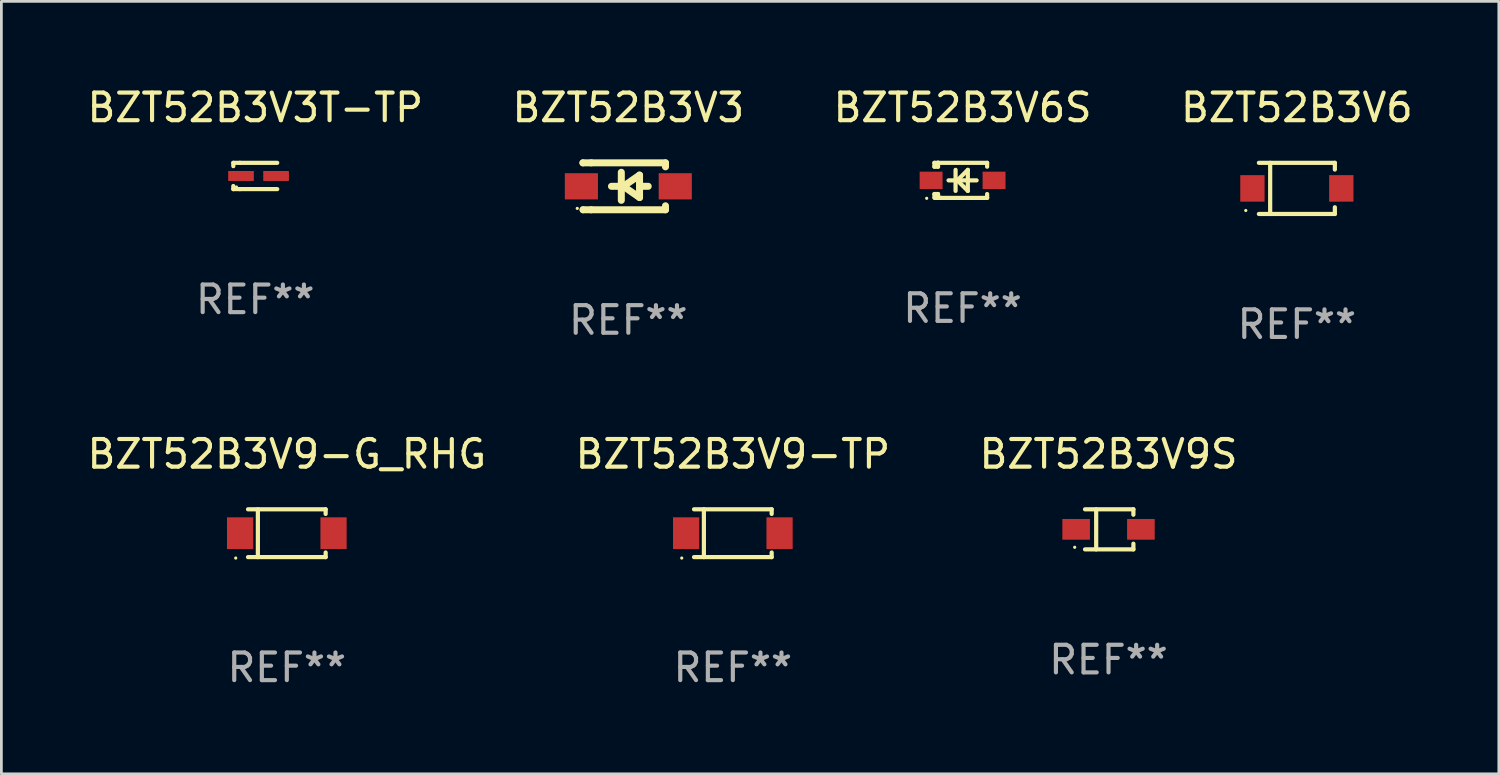
<source format=kicad_pcb>
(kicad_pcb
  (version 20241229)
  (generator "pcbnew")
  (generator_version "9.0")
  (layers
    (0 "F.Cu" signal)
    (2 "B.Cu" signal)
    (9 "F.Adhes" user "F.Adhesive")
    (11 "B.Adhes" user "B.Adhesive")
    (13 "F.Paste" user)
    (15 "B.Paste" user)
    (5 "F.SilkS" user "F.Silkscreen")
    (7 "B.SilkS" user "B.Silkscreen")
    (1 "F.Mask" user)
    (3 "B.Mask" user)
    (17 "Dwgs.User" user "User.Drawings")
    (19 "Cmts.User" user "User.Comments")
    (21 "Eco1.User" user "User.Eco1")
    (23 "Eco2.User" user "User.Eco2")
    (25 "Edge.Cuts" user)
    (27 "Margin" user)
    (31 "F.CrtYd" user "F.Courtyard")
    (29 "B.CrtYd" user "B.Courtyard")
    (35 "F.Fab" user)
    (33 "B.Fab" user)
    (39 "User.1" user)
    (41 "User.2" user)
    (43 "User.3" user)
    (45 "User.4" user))
  (footprint "BZT52B3V6"
    (layer "F.Cu")
    (at 43.923 3.774)
    (property "Reference" "BZT52B3V6" (at 0 -2.926 0) (layer "F.SilkS") (effects (font (size 1 1) (thickness 0.15))))
    (attr through_hole)
    (fp_line (start -1.376 -0.926) (end 1.376 -0.926) (stroke (width 0.152) (type solid)) (layer "F.SilkS"))
    (fp_line (start -1.376 0.926) (end 1.376 0.926) (stroke (width 0.152) (type solid)) (layer "F.SilkS"))
    (fp_line (start -0.967 -0.926) (end -0.967 0.926) (stroke (width 0.152) (type solid)) (layer "F.SilkS"))
    (fp_line (start 1.376 -0.926) (end 1.376 -0.683) (stroke (width 0.152) (type solid)) (layer "F.SilkS"))
    (fp_line (start 1.376 0.926) (end 1.376 0.683) (stroke (width 0.152) (type solid)) (layer "F.SilkS"))
    (fp_circle (center -1.85 0.8) (end -1.82 0.8) (stroke (width 0.06) (type solid)) (fill no) (layer "F.SilkS"))
    (fp_text user "REF**" (at 0 4.926 0) (layer "F.Fab") (effects (font (size 1 1) (thickness 0.15))))
    (pad "1" smd rect (at -1.61 0) (size 0.88 0.96) (layers "F.Cu" "F.Mask" "F.Paste"))
    (pad "2" smd rect (at 1.61 0) (size 0.88 0.96) (layers "F.Cu" "F.Mask" "F.Paste")))
  (footprint "BZT52B3V6S"
    (layer "F.Cu")
    (at 31.815 3.483)
    (property "Reference" "BZT52B3V6S" (at 0 -2.635 0) (layer "F.SilkS") (effects (font (size 1 1) (thickness 0.15))))
    (attr through_hole)
    (fp_line (start -1.02 -0.635) (end -1.02 -0.495) (stroke (width 0.152) (type solid)) (layer "F.SilkS"))
    (fp_line (start -1.02 -0.495) (end -0.889 -0.495) (stroke (width 0.152) (type solid)) (layer "F.SilkS"))
    (fp_line (start -1.02 0.495) (end -1.02 0.62) (stroke (width 0.152) (type solid)) (layer "F.SilkS"))
    (fp_line (start -1.02 0.495) (end -0.889 0.495) (stroke (width 0.152) (type solid)) (layer "F.SilkS"))
    (fp_line (start -0.889 -0.635) (end -1.02 -0.635) (stroke (width 0.152) (type solid)) (layer "F.SilkS"))
    (fp_line (start -0.889 -0.635) (end -0.889 -0.595) (stroke (width 0.152) (type solid)) (layer "F.SilkS"))
    (fp_line (start -0.889 -0.635) (end 0.889 -0.635) (stroke (width 0.152) (type solid)) (layer "F.SilkS"))
    (fp_line (start -0.889 -0.495) (end -0.889 -0.635) (stroke (width 0.152) (type solid)) (layer "F.SilkS"))
    (fp_line (start -0.889 0.595) (end -0.889 0.495) (stroke (width 0.152) (type solid)) (layer "F.SilkS"))
    (fp_line (start -0.889 0.595) (end -0.889 0.635) (stroke (width 0.152) (type solid)) (layer "F.SilkS"))
    (fp_line (start -0.889 0.635) (end 0.889 0.635) (stroke (width 0.152) (type solid)) (layer "F.SilkS"))
    (fp_line (start -0.776 0.635) (end -1.014 0.635) (stroke (width 0.152) (type solid)) (layer "F.SilkS"))
    (fp_line (start -0.254 -0.381) (end -0.254 0.381) (stroke (width 0.152) (type solid)) (layer "F.SilkS"))
    (fp_line (start -0.191 0) (end 0.19 -0.381) (stroke (width 0.152) (type solid)) (layer "F.SilkS"))
    (fp_line (start 0.19 -0.381) (end 0.19 0.381) (stroke (width 0.152) (type solid)) (layer "F.SilkS"))
    (fp_line (start 0.19 0.381) (end -0.191 0) (stroke (width 0.152) (type solid)) (layer "F.SilkS"))
    (fp_line (start 0.508 0) (end -0.508 0) (stroke (width 0.152) (type solid)) (layer "F.SilkS"))
    (fp_line (start 0.889 -0.635) (end 0.889 -0.495) (stroke (width 0.152) (type solid)) (layer "F.SilkS"))
    (fp_line (start 0.889 0.495) (end 0.889 0.635) (stroke (width 0.152) (type solid)) (layer "F.SilkS"))
    (fp_circle (center -1.3 0.65) (end -1.27 0.65) (stroke (width 0.06) (type solid)) (fill no) (layer "F.SilkS"))
    (fp_text user "REF**" (at 0 4.635 0) (layer "F.Fab") (effects (font (size 1 1) (thickness 0.15))))
    (pad "1" smd rect (at -1.14 0 90) (size 0.63 0.83) (layers "F.Cu" "F.Mask" "F.Paste"))
    (pad "2" smd rect (at 1.14 0 90) (size 0.63 0.83) (layers "F.Cu" "F.Mask" "F.Paste")))
  (footprint "BZT52B3V9S"
    (layer "F.Cu")
    (at 37.101 16.123)
    (property "Reference" "BZT52B3V9S" (at 0 -2.726 0) (layer "F.SilkS") (effects (font (size 1 1) (thickness 0.15))))
    (attr through_hole)
    (fp_line (start -0.851 -0.726) (end 0.901 -0.726) (stroke (width 0.152) (type solid)) (layer "F.SilkS"))
    (fp_line (start -0.851 0.726) (end 0.901 0.726) (stroke (width 0.152) (type solid)) (layer "F.SilkS"))
    (fp_line (start -0.447 -0.726) (end -0.447 0.726) (stroke (width 0.152) (type solid)) (layer "F.SilkS"))
    (fp_line (start 0.901 -0.726) (end 0.901 -0.53) (stroke (width 0.152) (type solid)) (layer "F.SilkS"))
    (fp_line (start 0.901 0.726) (end 0.901 0.52) (stroke (width 0.152) (type solid)) (layer "F.SilkS"))
    (fp_circle (center -1.225 0.65) (end -1.195 0.65) (stroke (width 0.06) (type solid)) (fill no) (layer "F.SilkS"))
    (fp_text user "REF**" (at 0 4.726 0) (layer "F.Fab") (effects (font (size 1 1) (thickness 0.15))))
    (pad "1" smd rect (at -1.173 0) (size 1 0.75) (layers "F.Cu" "F.Mask" "F.Paste"))
    (pad "2" smd rect (at 1.173 0) (size 1 0.75) (layers "F.Cu" "F.Mask" "F.Paste")))
  (footprint "BZT52B3V9-G_RHG"
    (layer "F.Cu")
    (at 7.339 16.263)
    (property "Reference" "BZT52B3V9-G_RHG" (at 0 -2.866 0) (layer "F.SilkS") (effects (font (size 1 1) (thickness 0.15))))
    (attr through_hole)
    (fp_line (start -1.406 -0.866) (end 1.406 -0.866) (stroke (width 0.152) (type solid)) (layer "F.SilkS"))
    (fp_line (start -1.406 0.866) (end 1.406 0.866) (stroke (width 0.152) (type solid)) (layer "F.SilkS"))
    (fp_line (start -1.049 -0.866) (end -1.049 0.866) (stroke (width 0.152) (type solid)) (layer "F.SilkS"))
    (fp_line (start 1.406 -0.866) (end 1.406 -0.698) (stroke (width 0.152) (type solid)) (layer "F.SilkS"))
    (fp_line (start 1.406 0.866) (end 1.406 0.698) (stroke (width 0.152) (type solid)) (layer "F.SilkS"))
    (fp_circle (center -1.851 0.9) (end -1.821 0.9) (stroke (width 0.06) (type solid)) (fill no) (layer "F.SilkS"))
    (fp_text user "REF**" (at 0 4.866 0) (layer "F.Fab") (effects (font (size 1 1) (thickness 0.15))))
    (pad "1" smd rect (at -1.692 0) (size 0.95 1.15) (layers "F.Cu" "F.Mask" "F.Paste"))
    (pad "2" smd rect (at 1.692 0) (size 0.95 1.15) (layers "F.Cu" "F.Mask" "F.Paste")))
  (footprint "BZT52B3V3T-TP"
    (layer "F.Cu")
    (at 6.196 3.324)
    (property "Reference" "BZT52B3V3T-TP" (at 0 -2.476 0) (layer "F.SilkS") (effects (font (size 1 1) (thickness 0.15))))
    (attr through_hole)
    (fp_line (start -0.795 -0.476) (end -0.795 -0.356) (stroke (width 0.152) (type solid)) (layer "F.SilkS"))
    (fp_line (start -0.795 0.363) (end -0.795 0.476) (stroke (width 0.152) (type solid)) (layer "F.SilkS"))
    (fp_line (start -0.795 0.476) (end -0.557 0.476) (stroke (width 0.152) (type solid)) (layer "F.SilkS"))
    (fp_line (start -0.557 -0.476) (end -0.795 -0.476) (stroke (width 0.152) (type solid)) (layer "F.SilkS"))
    (fp_line (start -0.557 -0.476) (end 0.795 -0.476) (stroke (width 0.152) (type solid)) (layer "F.SilkS"))
    (fp_line (start -0.557 0.476) (end 0.795 0.476) (stroke (width 0.152) (type solid)) (layer "F.SilkS"))
    (fp_circle (center -0.681 0.4) (end -0.651 0.4) (stroke (width 0.06) (type solid)) (fill no) (layer "F.SilkS"))
    (fp_text user "REF**" (at 0 4.476 0) (layer "F.Fab") (effects (font (size 1 1) (thickness 0.15))))
    (pad "1" smd rect (at -0.516 0 180) (size 0.93 0.36) (layers "F.Cu" "F.Mask" "F.Paste"))
    (pad "2" smd rect (at 0.754 0 180) (size 0.93 0.36) (layers "F.Cu" "F.Mask" "F.Paste")))
  (footprint "BZT52B3V3"
    (layer "F.Cu")
    (at 19.708 3.698)
    (property "Reference" "BZT52B3V3" (at 0 -2.85 0) (layer "F.SilkS") (effects (font (size 1 1) (thickness 0.15))))
    (attr through_hole)
    (fp_line (start -1.643 -0.85) (end -1.644 -0.849) (stroke (width 0.254) (type solid)) (layer "F.SilkS"))
    (fp_line (start -1.638 0.85) (end -1.639 0.849) (stroke (width 0.254) (type solid)) (layer "F.SilkS"))
    (fp_line (start -1.346 -0.85) (end -1.643 -0.85) (stroke (width 0.254) (type solid)) (layer "F.SilkS"))
    (fp_line (start -1.346 -0.85) (end 1.346 -0.85) (stroke (width 0.254) (type solid)) (layer "F.SilkS"))
    (fp_line (start -1.346 0.85) (end -1.638 0.85) (stroke (width 0.254) (type solid)) (layer "F.SilkS"))
    (fp_line (start -0.28 0) (end -0.61 0) (stroke (width 0.254) (type solid)) (layer "F.SilkS"))
    (fp_line (start -0.254 -0.508) (end -0.254 0.508) (stroke (width 0.254) (type solid)) (layer "F.SilkS"))
    (fp_line (start -0.178 0) (end 0.406 -0.406) (stroke (width 0.254) (type solid)) (layer "F.SilkS"))
    (fp_line (start 0.406 -0.406) (end 0.406 0.406) (stroke (width 0.254) (type solid)) (layer "F.SilkS"))
    (fp_line (start 0.406 -0.000254) (end 0.72 -0.000254) (stroke (width 0.254) (type solid)) (layer "F.SilkS"))
    (fp_line (start 0.406 0.406) (end -0.178 0) (stroke (width 0.254) (type solid)) (layer "F.SilkS"))
    (fp_line (start 1.346 -0.85) (end 1.346 -0.706) (stroke (width 0.254) (type solid)) (layer "F.SilkS"))
    (fp_line (start 1.346 0.706) (end 1.346 0.85) (stroke (width 0.254) (type solid)) (layer "F.SilkS"))
    (fp_line (start 1.346 0.85) (end -1.346 0.85) (stroke (width 0.254) (type solid)) (layer "F.SilkS"))
    (fp_circle (center -1.85 0.8) (end -1.82 0.8) (stroke (width 0.06) (type solid)) (fill no) (layer "F.SilkS"))
    (fp_text user "REF**" (at 0 4.85 0) (layer "F.Fab") (effects (font (size 1 1) (thickness 0.15))))
    (pad "1" smd rect (at -1.7 0) (size 1.2 0.95) (layers "F.Cu" "F.Mask" "F.Paste"))
    (pad "2" smd rect (at 1.7 0) (size 1.2 0.95) (layers "F.Cu" "F.Mask" "F.Paste")))
  (footprint "BZT52B3V9-TP"
    (layer "F.Cu")
    (at 23.494 16.263)
    (property "Reference" "BZT52B3V9-TP" (at 0 -2.866 0) (layer "F.SilkS") (effects (font (size 1 1) (thickness 0.15))))
    (attr through_hole)
    (fp_line (start -1.406 -0.866) (end 1.406 -0.866) (stroke (width 0.152) (type solid)) (layer "F.SilkS"))
    (fp_line (start -1.406 0.866) (end 1.406 0.866) (stroke (width 0.152) (type solid)) (layer "F.SilkS"))
    (fp_line (start -1.049 -0.866) (end -1.049 0.866) (stroke (width 0.152) (type solid)) (layer "F.SilkS"))
    (fp_line (start 1.406 -0.866) (end 1.406 -0.698) (stroke (width 0.152) (type solid)) (layer "F.SilkS"))
    (fp_line (start 1.406 0.866) (end 1.406 0.698) (stroke (width 0.152) (type solid)) (layer "F.SilkS"))
    (fp_circle (center -1.851 0.9) (end -1.821 0.9) (stroke (width 0.06) (type solid)) (fill no) (layer "F.SilkS"))
    (fp_text user "REF**" (at 0 4.866 0) (layer "F.Fab") (effects (font (size 1 1) (thickness 0.15))))
    (pad "1" smd rect (at -1.692 0) (size 0.95 1.15) (layers "F.Cu" "F.Mask" "F.Paste"))
    (pad "2" smd rect (at 1.692 0) (size 0.95 1.15) (layers "F.Cu" "F.Mask" "F.Paste")))
  (gr_rect
    (start -3 -3)
    (end 51.238 24.978)
    (stroke (width 0.1) (type default))
    (fill no)
    (layer "Edge.Cuts")))
</source>
